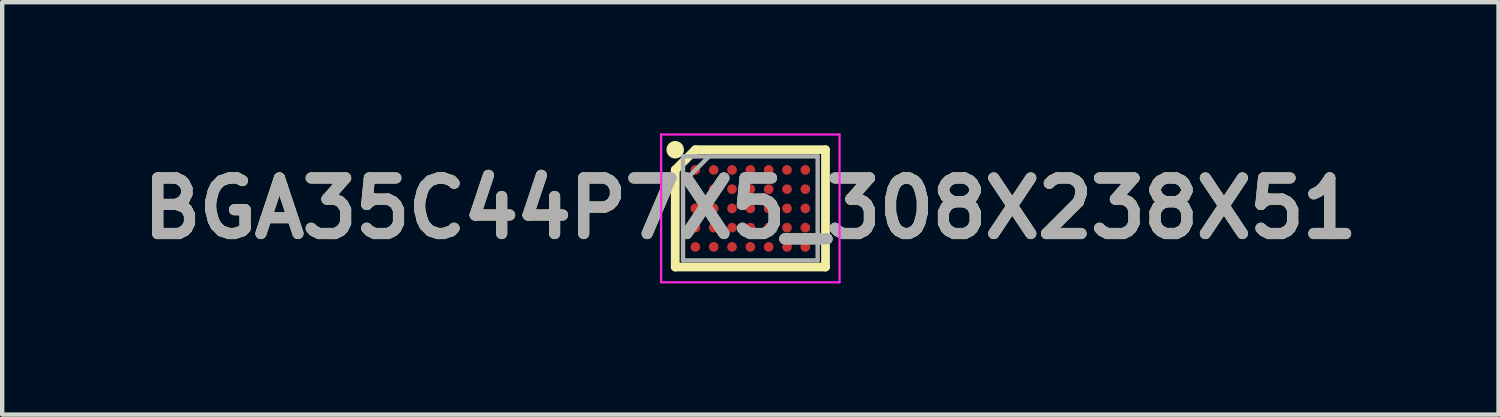
<source format=kicad_pcb>
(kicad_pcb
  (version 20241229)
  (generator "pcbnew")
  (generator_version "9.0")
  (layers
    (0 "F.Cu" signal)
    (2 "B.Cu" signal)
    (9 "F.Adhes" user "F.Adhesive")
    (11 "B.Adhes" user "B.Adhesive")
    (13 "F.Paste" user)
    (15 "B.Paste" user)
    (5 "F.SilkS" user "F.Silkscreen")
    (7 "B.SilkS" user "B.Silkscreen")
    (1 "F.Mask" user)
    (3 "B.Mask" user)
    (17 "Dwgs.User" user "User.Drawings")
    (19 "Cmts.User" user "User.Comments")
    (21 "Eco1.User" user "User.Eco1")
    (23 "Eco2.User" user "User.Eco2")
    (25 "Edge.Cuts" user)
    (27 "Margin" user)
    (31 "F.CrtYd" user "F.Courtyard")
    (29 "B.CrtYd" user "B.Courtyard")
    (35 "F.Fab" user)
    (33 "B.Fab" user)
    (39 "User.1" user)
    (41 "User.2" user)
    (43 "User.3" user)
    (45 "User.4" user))
  (footprint "BGA35C44P7X5_308X238X51"
    (layer "F.Cu")
    (at 14.103 1.714)
    (property "Reference" "BGA35C44P7X5_308X238X51" (at 0 0 0) (layer "F.SilkS") (effects (font (size 1.27 1.27) (thickness 0.254))))
    (attr smd)
    (fp_line (start -1.717 -0.881) (end -1.256 -1.342) (stroke (width 0.2) (type solid)) (layer "F.SilkS"))
    (fp_line (start -1.717 1.34) (end -1.717 -0.881) (stroke (width 0.2) (type solid)) (layer "F.SilkS"))
    (fp_line (start -1.257 -1.341) (end 1.718 -1.341) (stroke (width 0.2) (type solid)) (layer "F.SilkS"))
    (fp_line (start 1.718 -1.341) (end 1.718 1.34) (stroke (width 0.2) (type solid)) (layer "F.SilkS"))
    (fp_line (start 1.718 1.34) (end -1.717 1.34) (stroke (width 0.2) (type solid)) (layer "F.SilkS"))
    (fp_circle (center -1.718 -1.341) (end -1.718 -1.241) (stroke (width 0.2) (type solid)) (fill no) (layer "F.SilkS"))
    (fp_line (start -2.039 -1.689) (end 2.039 -1.689) (stroke (width 0.05) (type solid)) (layer "F.CrtYd"))
    (fp_line (start -2.039 1.689) (end -2.039 -1.689) (stroke (width 0.05) (type solid)) (layer "F.CrtYd"))
    (fp_line (start 2.039 -1.689) (end 2.039 1.689) (stroke (width 0.05) (type solid)) (layer "F.CrtYd"))
    (fp_line (start 2.039 1.689) (end -2.039 1.689) (stroke (width 0.05) (type solid)) (layer "F.CrtYd"))
    (fp_line (start -1.539 -1.189) (end 1.539 -1.189) (stroke (width 0.1) (type solid)) (layer "F.Fab"))
    (fp_line (start -1.539 -0.594) (end -0.945 -1.188) (stroke (width 0.1) (type solid)) (layer "F.Fab"))
    (fp_line (start -1.539 1.189) (end -1.539 -1.189) (stroke (width 0.1) (type solid)) (layer "F.Fab"))
    (fp_line (start 1.539 -1.189) (end 1.539 1.189) (stroke (width 0.1) (type solid)) (layer "F.Fab"))
    (fp_line (start 1.539 1.189) (end -1.539 1.189) (stroke (width 0.1) (type solid)) (layer "F.Fab"))
    (fp_text user "${REFERENCE}" (at 0 0 0) (layer "F.Fab") (effects (font (size 1.27 1.27) (thickness 0.254))))
    (pad "A1" smd circle (at -1.257 -0.88 90) (size 0.221 0.221) (layers "F.Cu" "F.Mask" "F.Paste"))
    (pad "A2" smd circle (at -0.838 -0.88 90) (size 0.221 0.221) (layers "F.Cu" "F.Mask" "F.Paste"))
    (pad "A3" smd circle (at -0.419 -0.88 90) (size 0.221 0.221) (layers "F.Cu" "F.Mask" "F.Paste"))
    (pad "A4" smd circle (at 0 -0.88 90) (size 0.221 0.221) (layers "F.Cu" "F.Mask" "F.Paste"))
    (pad "A5" smd circle (at 0.419 -0.88 90) (size 0.221 0.221) (layers "F.Cu" "F.Mask" "F.Paste"))
    (pad "A6" smd circle (at 0.838 -0.88 90) (size 0.221 0.221) (layers "F.Cu" "F.Mask" "F.Paste"))
    (pad "A7" smd circle (at 1.257 -0.88 90) (size 0.221 0.221) (layers "F.Cu" "F.Mask" "F.Paste"))
    (pad "B1" smd circle (at -1.257 -0.44 90) (size 0.221 0.221) (layers "F.Cu" "F.Mask" "F.Paste"))
    (pad "B2" smd circle (at -0.838 -0.44 90) (size 0.221 0.221) (layers "F.Cu" "F.Mask" "F.Paste"))
    (pad "B3" smd circle (at -0.419 -0.44 90) (size 0.221 0.221) (layers "F.Cu" "F.Mask" "F.Paste"))
    (pad "B4" smd circle (at 0 -0.44 90) (size 0.221 0.221) (layers "F.Cu" "F.Mask" "F.Paste"))
    (pad "B5" smd circle (at 0.419 -0.44 90) (size 0.221 0.221) (layers "F.Cu" "F.Mask" "F.Paste"))
    (pad "B6" smd circle (at 0.838 -0.44 90) (size 0.221 0.221) (layers "F.Cu" "F.Mask" "F.Paste"))
    (pad "B7" smd circle (at 1.257 -0.44 90) (size 0.221 0.221) (layers "F.Cu" "F.Mask" "F.Paste"))
    (pad "C1" smd circle (at -1.257 0 90) (size 0.221 0.221) (layers "F.Cu" "F.Mask" "F.Paste"))
    (pad "C2" smd circle (at -0.838 0 90) (size 0.221 0.221) (layers "F.Cu" "F.Mask" "F.Paste"))
    (pad "C3" smd circle (at -0.419 0 90) (size 0.221 0.221) (layers "F.Cu" "F.Mask" "F.Paste"))
    (pad "C4" smd circle (at 0 0 90) (size 0.221 0.221) (layers "F.Cu" "F.Mask" "F.Paste"))
    (pad "C5" smd circle (at 0.419 0 90) (size 0.221 0.221) (layers "F.Cu" "F.Mask" "F.Paste"))
    (pad "C6" smd circle (at 0.838 0 90) (size 0.221 0.221) (layers "F.Cu" "F.Mask" "F.Paste"))
    (pad "C7" smd circle (at 1.257 0 90) (size 0.221 0.221) (layers "F.Cu" "F.Mask" "F.Paste"))
    (pad "D1" smd circle (at -1.257 0.44 90) (size 0.221 0.221) (layers "F.Cu" "F.Mask" "F.Paste"))
    (pad "D2" smd circle (at -0.838 0.44 90) (size 0.221 0.221) (layers "F.Cu" "F.Mask" "F.Paste"))
    (pad "D3" smd circle (at -0.419 0.44 90) (size 0.221 0.221) (layers "F.Cu" "F.Mask" "F.Paste"))
    (pad "D4" smd circle (at 0 0.44 90) (size 0.221 0.221) (layers "F.Cu" "F.Mask" "F.Paste"))
    (pad "D5" smd circle (at 0.419 0.44 90) (size 0.221 0.221) (layers "F.Cu" "F.Mask" "F.Paste"))
    (pad "D6" smd circle (at 0.838 0.44 90) (size 0.221 0.221) (layers "F.Cu" "F.Mask" "F.Paste"))
    (pad "D7" smd circle (at 1.257 0.44 90) (size 0.221 0.221) (layers "F.Cu" "F.Mask" "F.Paste"))
    (pad "E1" smd circle (at -1.257 0.88 90) (size 0.221 0.221) (layers "F.Cu" "F.Mask" "F.Paste"))
    (pad "E2" smd circle (at -0.838 0.88 90) (size 0.221 0.221) (layers "F.Cu" "F.Mask" "F.Paste"))
    (pad "E3" smd circle (at -0.419 0.88 90) (size 0.221 0.221) (layers "F.Cu" "F.Mask" "F.Paste"))
    (pad "E4" smd circle (at 0 0.88 90) (size 0.221 0.221) (layers "F.Cu" "F.Mask" "F.Paste"))
    (pad "E5" smd circle (at 0.419 0.88 90) (size 0.221 0.221) (layers "F.Cu" "F.Mask" "F.Paste"))
    (pad "E6" smd circle (at 0.838 0.88 90) (size 0.221 0.221) (layers "F.Cu" "F.Mask" "F.Paste"))
    (pad "E7" smd circle (at 1.257 0.88 90) (size 0.221 0.221) (layers "F.Cu" "F.Mask" "F.Paste")))
  (gr_rect
    (start -3 -3)
    (end 31.206 6.428)
    (stroke (width 0.1) (type default))
    (fill no)
    (layer "Edge.Cuts")))
</source>
